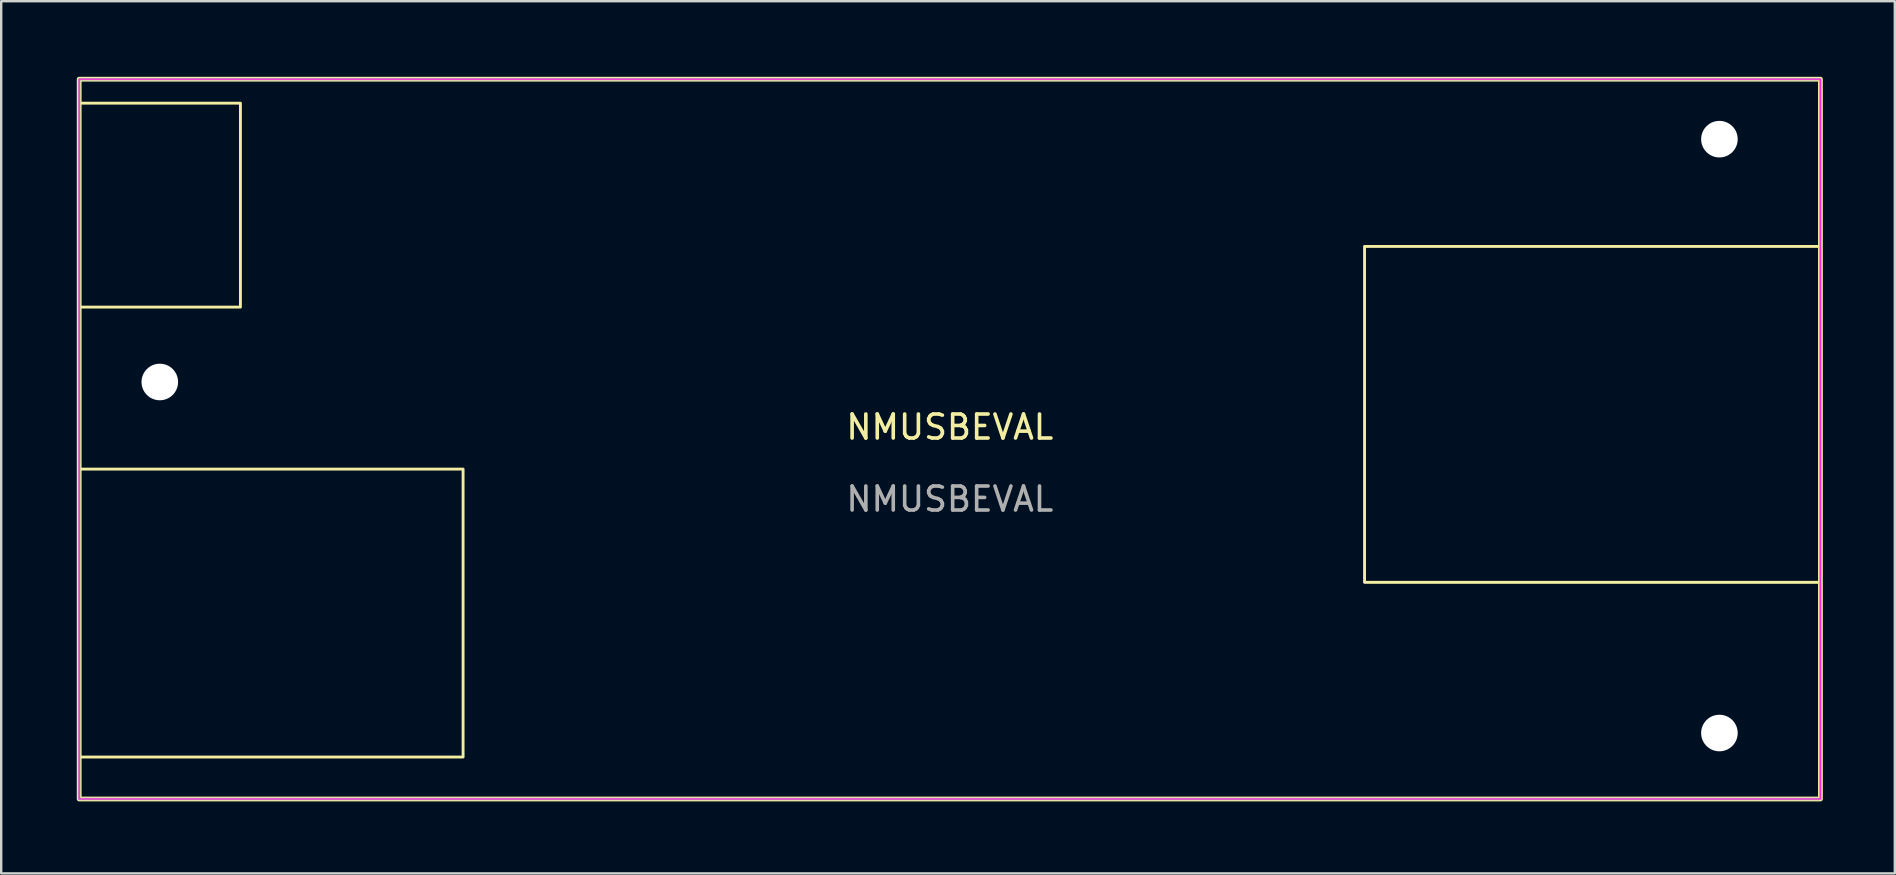
<source format=kicad_pcb>
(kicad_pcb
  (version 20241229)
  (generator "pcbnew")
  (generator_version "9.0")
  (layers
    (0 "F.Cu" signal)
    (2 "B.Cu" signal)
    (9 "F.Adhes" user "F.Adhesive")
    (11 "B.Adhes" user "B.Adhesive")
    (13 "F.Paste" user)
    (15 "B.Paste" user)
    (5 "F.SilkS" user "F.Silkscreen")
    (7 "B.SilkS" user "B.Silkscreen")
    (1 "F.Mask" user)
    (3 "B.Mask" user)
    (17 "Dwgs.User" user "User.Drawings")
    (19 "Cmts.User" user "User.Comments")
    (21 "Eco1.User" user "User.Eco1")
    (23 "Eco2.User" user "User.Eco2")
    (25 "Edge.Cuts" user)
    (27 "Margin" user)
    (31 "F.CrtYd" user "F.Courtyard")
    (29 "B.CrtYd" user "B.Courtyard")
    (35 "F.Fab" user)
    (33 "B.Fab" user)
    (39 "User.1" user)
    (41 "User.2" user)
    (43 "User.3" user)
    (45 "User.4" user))
  (footprint "NMUSBEVAL"
    (layer "F.Cu")
    (at 0.25 0.25)
    (property "Reference" "NMUSBEVAL" (at 36.285 14.5 0) (unlocked yes) (layer "F.SilkS") (effects (font (size 1 1) (thickness 0.15))))
    (fp_rect (start 0 0) (end 72.57 30) (stroke (width 0.2) (type solid)) (fill no) (layer "F.SilkS"))
    (fp_rect (start 0 1) (end 6.72 9.5) (stroke (width 0.12) (type solid)) (fill no) (layer "F.SilkS"))
    (fp_rect (start 0 16.25) (end 16 28.25) (stroke (width 0.12) (type solid)) (fill no) (layer "F.SilkS"))
    (fp_rect (start 72.57 6.97) (end 53.57 20.97) (stroke (width 0.12) (type solid)) (fill no) (layer "F.SilkS"))
    (fp_rect (start 0 0) (end 72.57 30) (stroke (width 0.05) (type solid)) (fill no) (layer "F.CrtYd"))
    (fp_rect (start 0 0) (end 72.57 30) (stroke (width 0.1) (type solid)) (fill no) (layer "F.Fab"))
    (fp_text user "${REFERENCE}" (at 36.285 17.5 0) (unlocked yes) (layer "F.Fab") (effects (font (size 1 1) (thickness 0.15))))
    (pad "" np_thru_hole circle (at 3.36 12.62) (size 1.524 1.524) (drill 3) (layers "*.Cu" "*.Mask"))
    (pad "" np_thru_hole circle (at 68.36 2.5) (size 1.524 1.524) (drill 3) (layers "*.Cu" "*.Mask"))
    (pad "" np_thru_hole circle (at 68.36 27.25) (size 1.524 1.524) (drill 3) (layers "*.Cu" "*.Mask")))
  (gr_rect
    (start -3 -3)
    (end 75.92 33.35)
    (stroke (width 0.1) (type default))
    (fill no)
    (layer "Edge.Cuts")))
</source>
